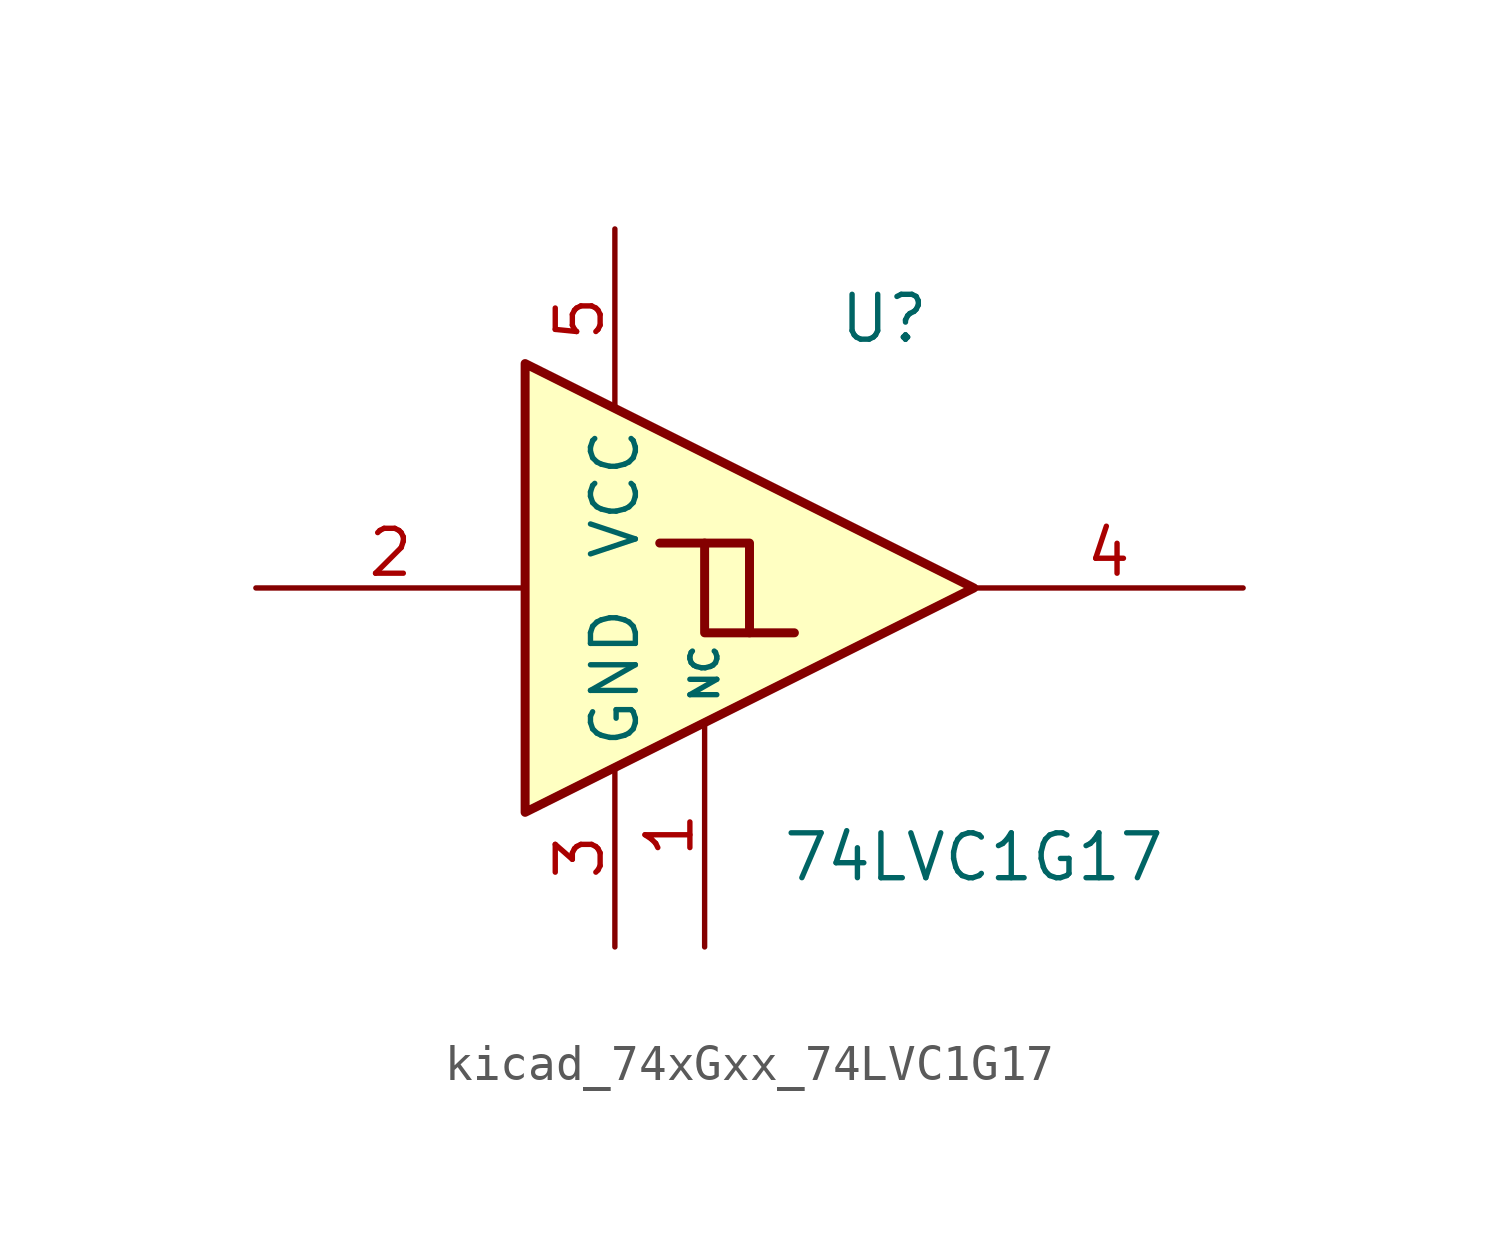
<source format=kicad_sym>
(kicad_symbol_lib
  (version 20220914)
  (generator kicad_symbol_editor)
  (symbol "kicad_74xGxx_74LVC1G17"
    (property "Reference" "U"
      (at 2.54 7.62 0)
      (effects (font (size 1.27 1.27))))
    (property "Value" "74LVC1G17"
      (at 5.08 -7.62 0)
      (effects (font (size 1.27 1.27))))
    (symbol "kicad_74xGxx_74LVC1G17_0_1"
      (polyline (pts (xy -2.54 1.27) (xy -1.27 1.27) (xy -1.27 -1.27)) (stroke (width 0.254) (type default)) (fill (type background)))
      (polyline (pts (xy -7.62 6.35) (xy -7.62 -6.35) (xy 5.08 0) (xy -7.62 6.35)) (stroke (width 0.254) (type default)) (fill (type background)))
      (polyline (pts (xy -3.81 1.27) (xy -2.54 1.27) (xy -2.54 -1.27) (xy 0 -1.27)) (stroke (width 0.254) (type default)) (fill (type background))))
    (symbol "kicad_74xGxx_74LVC1G17_1_1"
      (pin free line (at -2.54 -10.16 90) (length 6.35) (name "NC" (effects (font (size 0.762 0.762)))) (number "1" (effects (font (size 1.27 1.27)))))
      (pin input line (at -15.24 0 0) (length 7.62) (name "~" (effects (font (size 1.27 1.27)))) (number "2" (effects (font (size 1.27 1.27)))))
      (pin power_in line (at -5.08 -10.16 90) (length 5.08) (name "GND" (effects (font (size 1.27 1.27)))) (number "3" (effects (font (size 1.27 1.27)))))
      (pin output line (at 12.7 0 180) (length 7.62) (name "~" (effects (font (size 1.27 1.27)))) (number "4" (effects (font (size 1.27 1.27)))))
      (pin power_in line (at -5.08 10.16 270) (length 5.08) (name "VCC" (effects (font (size 1.27 1.27)))) (number "5" (effects (font (size 1.27 1.27))))))))
</source>
